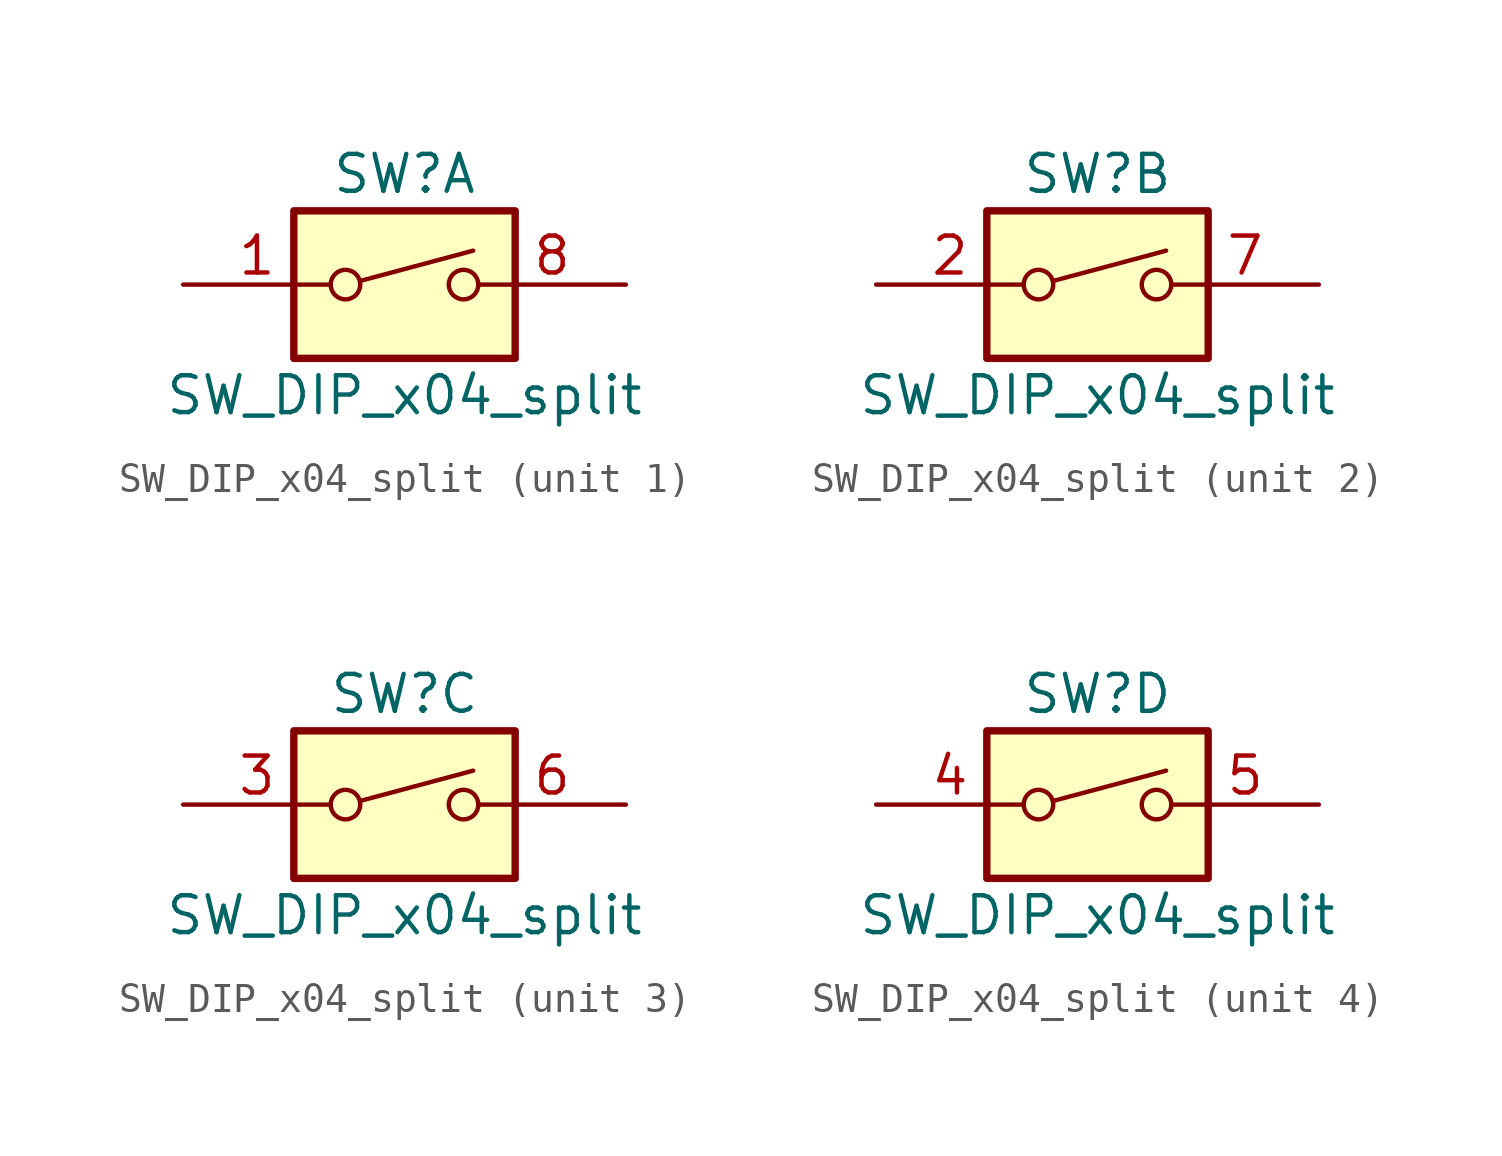
<source format=kicad_sym>
(kicad_symbol_lib
  (version 20231120)
  (generator "kicad_symbol_editor")
  (generator_version "8.0")
  (symbol "SW_DIP_x04_split"
    (pin_names
      (offset 0) hide)
    (property "Reference" "SW"
      (at 0 3.81 0)
      (effects (font (size 1.27 1.27))))
    (property "Value" "SW_DIP_x04_split"
      (at 0 -3.81 0)
      (effects (font (size 1.27 1.27))))
    (symbol "SW_DIP_x04_split_0_0"
      (circle (center -2.032 0) (radius 0.508) (stroke (width 0) (type default)) (fill (type none)))
      (polyline (pts (xy -1.524 0.127) (xy 2.362 1.168)) (stroke (width 0) (type default)) (fill (type none)))
      (circle (center 2.032 0) (radius 0.508) (stroke (width 0) (type default)) (fill (type none))))
    (symbol "SW_DIP_x04_split_0_1"
      (rectangle (start -3.81 2.54) (end 3.81 -2.54) (stroke (width 0.254) (type default)) (fill (type background))))
    (symbol "SW_DIP_x04_split_1_1"
      (pin passive line (at -7.62 0 0) (length 5.08) (name "~" (effects (font (size 1.27 1.27)))) (number "1" (effects (font (size 1.27 1.27)))))
      (pin passive line (at 7.62 0 180) (length 5.08) (name "~" (effects (font (size 1.27 1.27)))) (number "8" (effects (font (size 1.27 1.27))))))
    (symbol "SW_DIP_x04_split_2_1"
      (pin passive line (at -7.62 0 0) (length 5.08) (name "~" (effects (font (size 1.27 1.27)))) (number "2" (effects (font (size 1.27 1.27)))))
      (pin passive line (at 7.62 0 180) (length 5.08) (name "~" (effects (font (size 1.27 1.27)))) (number "7" (effects (font (size 1.27 1.27))))))
    (symbol "SW_DIP_x04_split_3_1"
      (pin passive line (at -7.62 0 0) (length 5.08) (name "~" (effects (font (size 1.27 1.27)))) (number "3" (effects (font (size 1.27 1.27)))))
      (pin passive line (at 7.62 0 180) (length 5.08) (name "~" (effects (font (size 1.27 1.27)))) (number "6" (effects (font (size 1.27 1.27))))))
    (symbol "SW_DIP_x04_split_4_1"
      (pin passive line (at -7.62 0 0) (length 5.08) (name "~" (effects (font (size 1.27 1.27)))) (number "4" (effects (font (size 1.27 1.27)))))
      (pin passive line (at 7.62 0 180) (length 5.08) (name "~" (effects (font (size 1.27 1.27)))) (number "5" (effects (font (size 1.27 1.27))))))))
</source>
